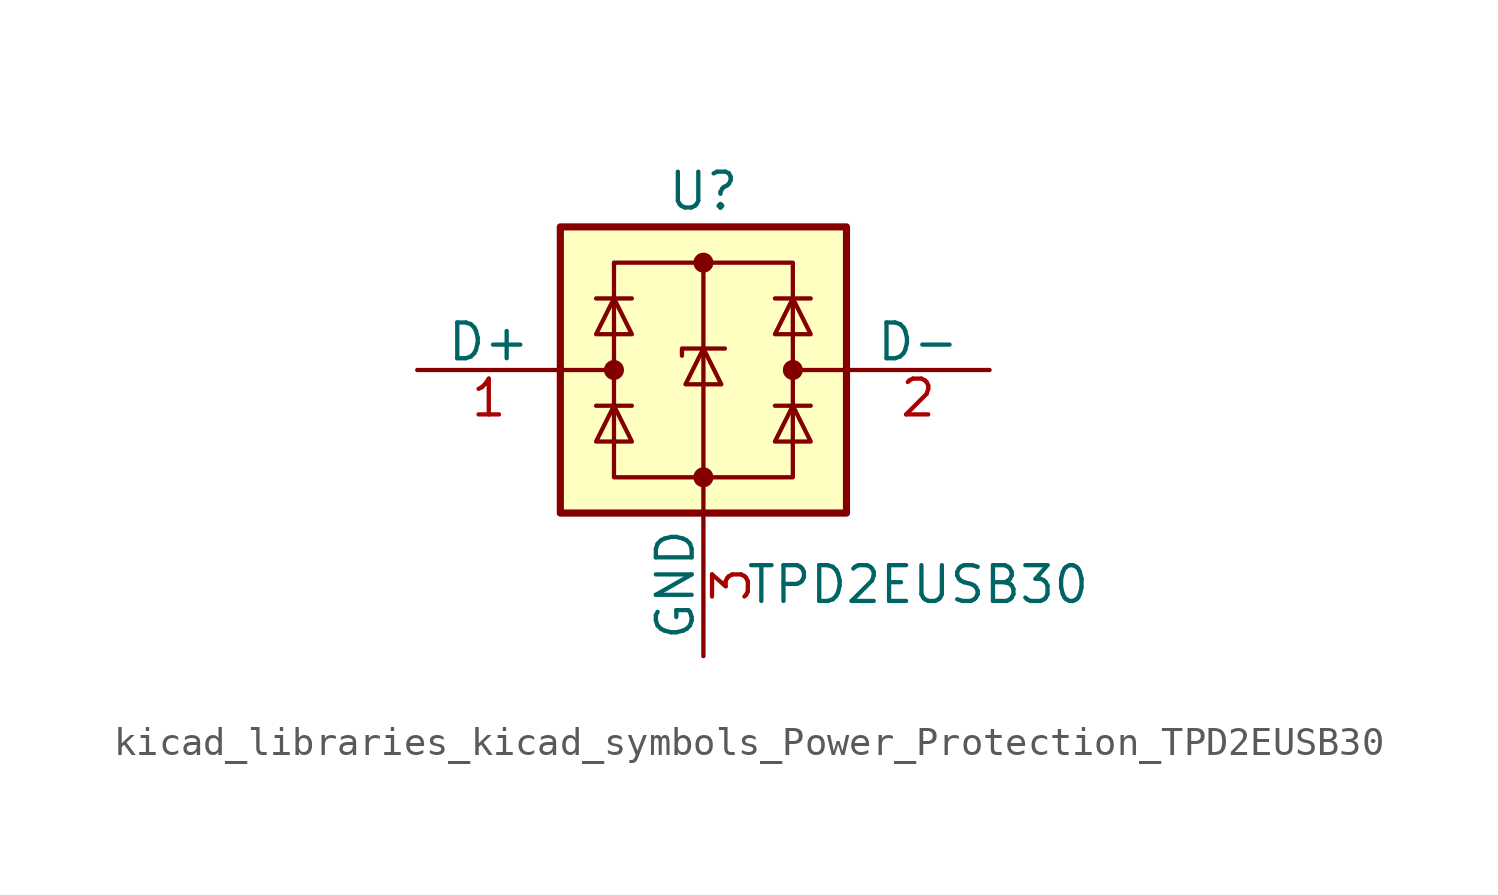
<source format=kicad_sym>
(kicad_symbol_lib
  (version 20220914)
  (generator kicad_symbol_editor)
  (symbol "kicad_libraries_kicad_symbols_Power_Protection_TPD2EUSB30"
    (pin_names
      (offset 0))
    (property "Reference" "U"
      (at 0 6.35 0)
      (effects (font (size 1.27 1.27))))
    (property "Value" "TPD2EUSB30"
      (at 7.62 -7.62 0)
      (effects (font (size 1.27 1.27))))
    (symbol "kicad_libraries_kicad_symbols_Power_Protection_TPD2EUSB30_0_1"
      (rectangle (start -5.08 5.08) (end 5.08 -5.08) (stroke (width 0.254) (type default)) (fill (type background)))
      (circle (center -3.175 0) (radius 0.279) (stroke (width 0) (type default)) (fill (type outline)))
      (rectangle (start -3.175 3.81) (end 3.175 -3.81) (stroke (width 0) (type default)) (fill (type none)))
      (circle (center 0 -3.81) (radius 0.279) (stroke (width 0) (type default)) (fill (type outline)))
      (polyline (pts (xy -5.08 0) (xy -3.175 0)) (stroke (width 0) (type default)) (fill (type none)))
      (polyline (pts (xy -3.81 -1.27) (xy -2.54 -1.27)) (stroke (width 0) (type default)) (fill (type none)))
      (polyline (pts (xy -3.81 2.54) (xy -2.54 2.54)) (stroke (width 0) (type default)) (fill (type none)))
      (polyline (pts (xy 0 3.81) (xy 0 -5.08)) (stroke (width 0) (type default)) (fill (type none)))
      (polyline (pts (xy 2.54 -1.27) (xy 3.81 -1.27)) (stroke (width 0) (type default)) (fill (type none)))
      (polyline (pts (xy 2.54 2.54) (xy 3.81 2.54)) (stroke (width 0) (type default)) (fill (type none)))
      (polyline (pts (xy 5.08 0) (xy 3.175 0)) (stroke (width 0) (type default)) (fill (type none)))
      (polyline (pts (xy 0.762 0.762) (xy -0.762 0.762) (xy -0.762 0.508)) (stroke (width 0) (type default)) (fill (type none)))
      (polyline (pts (xy -2.54 -2.54) (xy -3.81 -2.54) (xy -3.175 -1.27) (xy -2.54 -2.54)) (stroke (width 0) (type default)) (fill (type none)))
      (polyline (pts (xy -2.54 1.27) (xy -3.81 1.27) (xy -3.175 2.54) (xy -2.54 1.27)) (stroke (width 0) (type default)) (fill (type none)))
      (polyline (pts (xy 0.635 -0.508) (xy -0.635 -0.508) (xy 0 0.762) (xy 0.635 -0.508)) (stroke (width 0) (type default)) (fill (type none)))
      (polyline (pts (xy 3.81 -2.54) (xy 2.54 -2.54) (xy 3.175 -1.27) (xy 3.81 -2.54)) (stroke (width 0) (type default)) (fill (type none)))
      (polyline (pts (xy 3.81 1.27) (xy 2.54 1.27) (xy 3.175 2.54) (xy 3.81 1.27)) (stroke (width 0) (type default)) (fill (type none)))
      (circle (center 0 3.81) (radius 0.279) (stroke (width 0) (type default)) (fill (type outline)))
      (circle (center 3.175 0) (radius 0.279) (stroke (width 0) (type default)) (fill (type outline))))
    (symbol "kicad_libraries_kicad_symbols_Power_Protection_TPD2EUSB30_1_1"
      (pin passive line (at -10.16 0 0) (length 5.08) (name "D+" (effects (font (size 1.27 1.27)))) (number "1" (effects (font (size 1.27 1.27)))))
      (pin passive line (at 10.16 0 180) (length 5.08) (name "D-" (effects (font (size 1.27 1.27)))) (number "2" (effects (font (size 1.27 1.27)))))
      (pin passive line (at 0 -10.16 90) (length 5.08) (name "GND" (effects (font (size 1.27 1.27)))) (number "3" (effects (font (size 1.27 1.27))))))))
</source>
